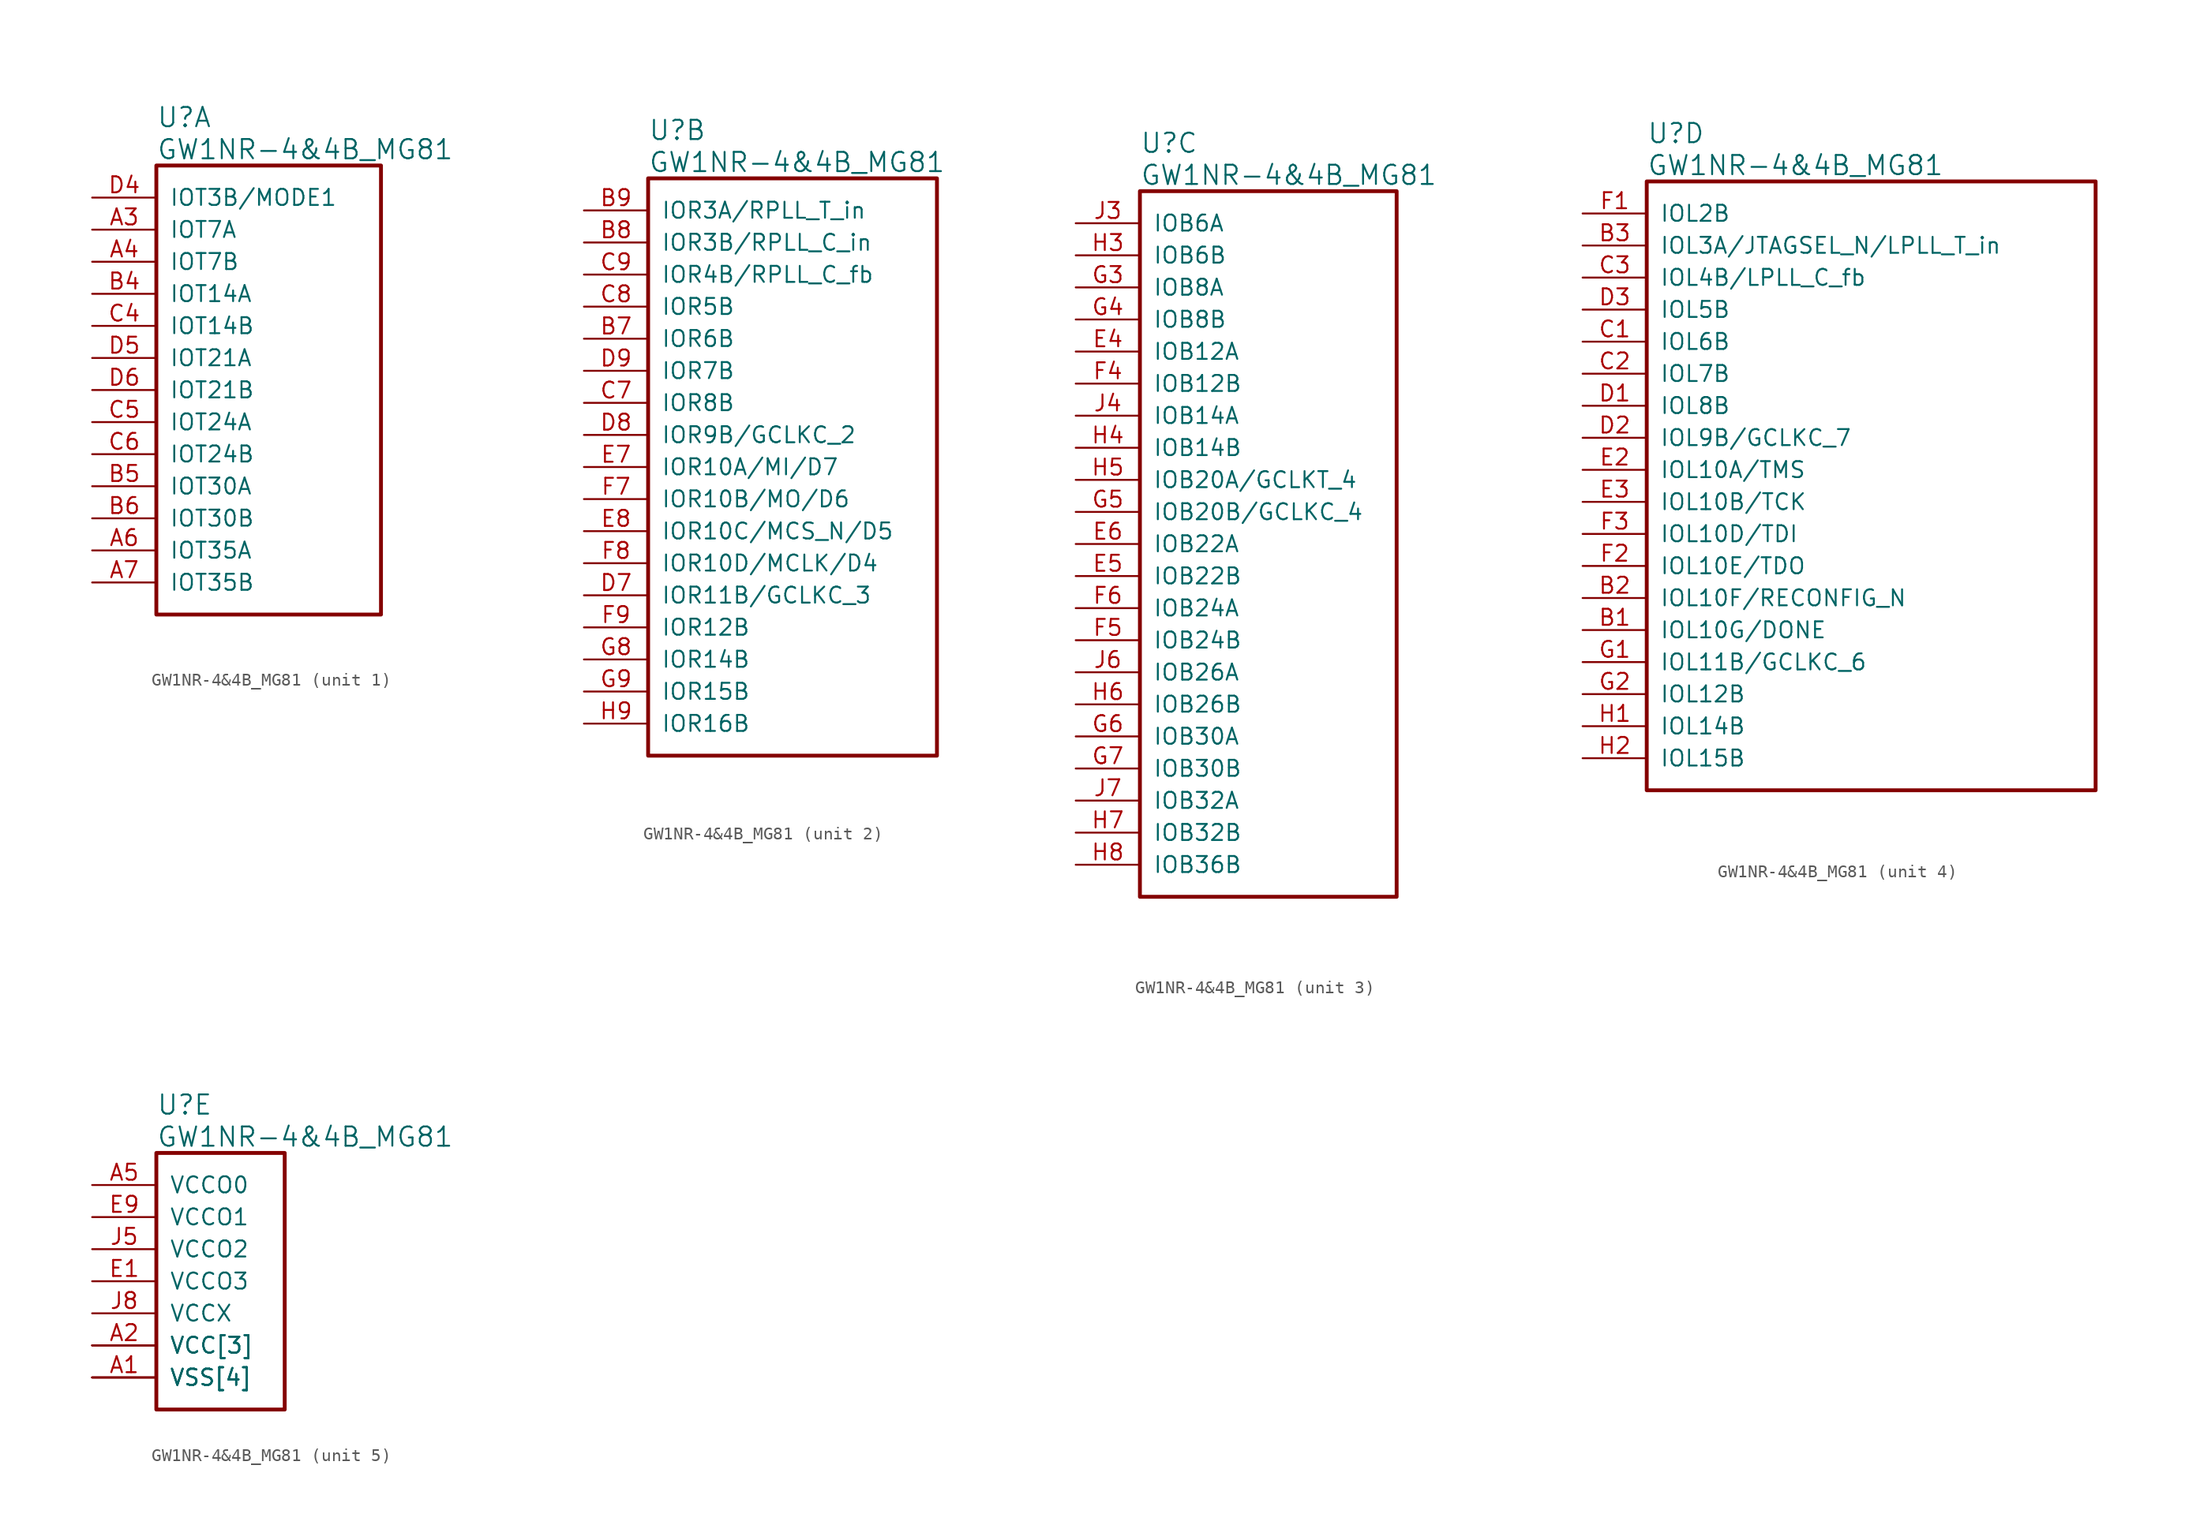
<source format=kicad_sym>
(kicad_symbol_lib
  (version 20211014)
  (generator kicad_symbol_editor)
  (symbol "GW1NR-4&4B_MG81"
    (pin_names
      (offset 1.016))
    (property "Reference" "U"
      (at 5.08 6.35 0)
      (effects (font (size 1.524 1.524)) (justify left)))
    (property "Value" "GW1NR-4&4B_MG81"
      (at 5.08 3.81 0)
      (effects (font (size 1.524 1.524)) (justify left)))
    (property "ki_locked" ""
      (at 0 0 0)
      (effects (font (size 1.27 1.27))))
    (symbol "GW1NR-4&4B_MG81_1_1"
      (rectangle (start 5.08 2.54) (end 22.86 -33.02) (stroke (width 0.305) (type default) (color 0 0 0 0)) (fill (type none)))
      (pin bidirectional line (at 0 -2.54 0) (length 5.08) (name "IOT7A" (effects (font (size 1.27 1.27)))) (number "A3" (effects (font (size 1.27 1.27)))))
      (pin bidirectional line (at 0 -5.08 0) (length 5.08) (name "IOT7B" (effects (font (size 1.27 1.27)))) (number "A4" (effects (font (size 1.27 1.27)))))
      (pin bidirectional line (at 0 -27.94 0) (length 5.08) (name "IOT35A" (effects (font (size 1.27 1.27)))) (number "A6" (effects (font (size 1.27 1.27)))))
      (pin bidirectional line (at 0 -30.48 0) (length 5.08) (name "IOT35B" (effects (font (size 1.27 1.27)))) (number "A7" (effects (font (size 1.27 1.27)))))
      (pin bidirectional line (at 0 -7.62 0) (length 5.08) (name "IOT14A" (effects (font (size 1.27 1.27)))) (number "B4" (effects (font (size 1.27 1.27)))))
      (pin bidirectional line (at 0 -22.86 0) (length 5.08) (name "IOT30A" (effects (font (size 1.27 1.27)))) (number "B5" (effects (font (size 1.27 1.27)))))
      (pin bidirectional line (at 0 -25.4 0) (length 5.08) (name "IOT30B" (effects (font (size 1.27 1.27)))) (number "B6" (effects (font (size 1.27 1.27)))))
      (pin bidirectional line (at 0 -10.16 0) (length 5.08) (name "IOT14B" (effects (font (size 1.27 1.27)))) (number "C4" (effects (font (size 1.27 1.27)))))
      (pin bidirectional line (at 0 -17.78 0) (length 5.08) (name "IOT24A" (effects (font (size 1.27 1.27)))) (number "C5" (effects (font (size 1.27 1.27)))))
      (pin bidirectional line (at 0 -20.32 0) (length 5.08) (name "IOT24B" (effects (font (size 1.27 1.27)))) (number "C6" (effects (font (size 1.27 1.27)))))
      (pin bidirectional line (at 0 0 0) (length 5.08) (name "IOT3B/MODE1" (effects (font (size 1.27 1.27)))) (number "D4" (effects (font (size 1.27 1.27)))))
      (pin bidirectional line (at 0 -12.7 0) (length 5.08) (name "IOT21A" (effects (font (size 1.27 1.27)))) (number "D5" (effects (font (size 1.27 1.27)))))
      (pin bidirectional line (at 0 -15.24 0) (length 5.08) (name "IOT21B" (effects (font (size 1.27 1.27)))) (number "D6" (effects (font (size 1.27 1.27))))))
    (symbol "GW1NR-4&4B_MG81_2_1"
      (rectangle (start 5.08 2.54) (end 27.94 -43.18) (stroke (width 0.305) (type default) (color 0 0 0 0)) (fill (type none)))
      (pin bidirectional line (at 0 -10.16 0) (length 5.08) (name "IOR6B" (effects (font (size 1.27 1.27)))) (number "B7" (effects (font (size 1.27 1.27)))))
      (pin bidirectional line (at 0 -2.54 0) (length 5.08) (name "IOR3B/RPLL_C_in" (effects (font (size 1.27 1.27)))) (number "B8" (effects (font (size 1.27 1.27)))))
      (pin bidirectional line (at 0 0 0) (length 5.08) (name "IOR3A/RPLL_T_in" (effects (font (size 1.27 1.27)))) (number "B9" (effects (font (size 1.27 1.27)))))
      (pin bidirectional line (at 0 -15.24 0) (length 5.08) (name "IOR8B" (effects (font (size 1.27 1.27)))) (number "C7" (effects (font (size 1.27 1.27)))))
      (pin bidirectional line (at 0 -7.62 0) (length 5.08) (name "IOR5B" (effects (font (size 1.27 1.27)))) (number "C8" (effects (font (size 1.27 1.27)))))
      (pin bidirectional line (at 0 -5.08 0) (length 5.08) (name "IOR4B/RPLL_C_fb" (effects (font (size 1.27 1.27)))) (number "C9" (effects (font (size 1.27 1.27)))))
      (pin bidirectional line (at 0 -30.48 0) (length 5.08) (name "IOR11B/GCLKC_3" (effects (font (size 1.27 1.27)))) (number "D7" (effects (font (size 1.27 1.27)))))
      (pin bidirectional line (at 0 -17.78 0) (length 5.08) (name "IOR9B/GCLKC_2" (effects (font (size 1.27 1.27)))) (number "D8" (effects (font (size 1.27 1.27)))))
      (pin bidirectional line (at 0 -12.7 0) (length 5.08) (name "IOR7B" (effects (font (size 1.27 1.27)))) (number "D9" (effects (font (size 1.27 1.27)))))
      (pin bidirectional line (at 0 -20.32 0) (length 5.08) (name "IOR10A/MI/D7" (effects (font (size 1.27 1.27)))) (number "E7" (effects (font (size 1.27 1.27)))))
      (pin bidirectional line (at 0 -25.4 0) (length 5.08) (name "IOR10C/MCS_N/D5" (effects (font (size 1.27 1.27)))) (number "E8" (effects (font (size 1.27 1.27)))))
      (pin bidirectional line (at 0 -22.86 0) (length 5.08) (name "IOR10B/MO/D6" (effects (font (size 1.27 1.27)))) (number "F7" (effects (font (size 1.27 1.27)))))
      (pin bidirectional line (at 0 -27.94 0) (length 5.08) (name "IOR10D/MCLK/D4" (effects (font (size 1.27 1.27)))) (number "F8" (effects (font (size 1.27 1.27)))))
      (pin bidirectional line (at 0 -33.02 0) (length 5.08) (name "IOR12B" (effects (font (size 1.27 1.27)))) (number "F9" (effects (font (size 1.27 1.27)))))
      (pin bidirectional line (at 0 -35.56 0) (length 5.08) (name "IOR14B" (effects (font (size 1.27 1.27)))) (number "G8" (effects (font (size 1.27 1.27)))))
      (pin bidirectional line (at 0 -38.1 0) (length 5.08) (name "IOR15B" (effects (font (size 1.27 1.27)))) (number "G9" (effects (font (size 1.27 1.27)))))
      (pin bidirectional line (at 0 -40.64 0) (length 5.08) (name "IOR16B" (effects (font (size 1.27 1.27)))) (number "H9" (effects (font (size 1.27 1.27))))))
    (symbol "GW1NR-4&4B_MG81_3_1"
      (rectangle (start 5.08 2.54) (end 25.4 -53.34) (stroke (width 0.305) (type default) (color 0 0 0 0)) (fill (type none)))
      (pin bidirectional line (at 0 -10.16 0) (length 5.08) (name "IOB12A" (effects (font (size 1.27 1.27)))) (number "E4" (effects (font (size 1.27 1.27)))))
      (pin bidirectional line (at 0 -27.94 0) (length 5.08) (name "IOB22B" (effects (font (size 1.27 1.27)))) (number "E5" (effects (font (size 1.27 1.27)))))
      (pin bidirectional line (at 0 -25.4 0) (length 5.08) (name "IOB22A" (effects (font (size 1.27 1.27)))) (number "E6" (effects (font (size 1.27 1.27)))))
      (pin bidirectional line (at 0 -12.7 0) (length 5.08) (name "IOB12B" (effects (font (size 1.27 1.27)))) (number "F4" (effects (font (size 1.27 1.27)))))
      (pin bidirectional line (at 0 -33.02 0) (length 5.08) (name "IOB24B" (effects (font (size 1.27 1.27)))) (number "F5" (effects (font (size 1.27 1.27)))))
      (pin bidirectional line (at 0 -30.48 0) (length 5.08) (name "IOB24A" (effects (font (size 1.27 1.27)))) (number "F6" (effects (font (size 1.27 1.27)))))
      (pin bidirectional line (at 0 -5.08 0) (length 5.08) (name "IOB8A" (effects (font (size 1.27 1.27)))) (number "G3" (effects (font (size 1.27 1.27)))))
      (pin bidirectional line (at 0 -7.62 0) (length 5.08) (name "IOB8B" (effects (font (size 1.27 1.27)))) (number "G4" (effects (font (size 1.27 1.27)))))
      (pin bidirectional line (at 0 -22.86 0) (length 5.08) (name "IOB20B/GCLKC_4" (effects (font (size 1.27 1.27)))) (number "G5" (effects (font (size 1.27 1.27)))))
      (pin bidirectional line (at 0 -40.64 0) (length 5.08) (name "IOB30A" (effects (font (size 1.27 1.27)))) (number "G6" (effects (font (size 1.27 1.27)))))
      (pin bidirectional line (at 0 -43.18 0) (length 5.08) (name "IOB30B" (effects (font (size 1.27 1.27)))) (number "G7" (effects (font (size 1.27 1.27)))))
      (pin bidirectional line (at 0 -2.54 0) (length 5.08) (name "IOB6B" (effects (font (size 1.27 1.27)))) (number "H3" (effects (font (size 1.27 1.27)))))
      (pin bidirectional line (at 0 -17.78 0) (length 5.08) (name "IOB14B" (effects (font (size 1.27 1.27)))) (number "H4" (effects (font (size 1.27 1.27)))))
      (pin bidirectional line (at 0 -20.32 0) (length 5.08) (name "IOB20A/GCLKT_4" (effects (font (size 1.27 1.27)))) (number "H5" (effects (font (size 1.27 1.27)))))
      (pin bidirectional line (at 0 -38.1 0) (length 5.08) (name "IOB26B" (effects (font (size 1.27 1.27)))) (number "H6" (effects (font (size 1.27 1.27)))))
      (pin bidirectional line (at 0 -48.26 0) (length 5.08) (name "IOB32B" (effects (font (size 1.27 1.27)))) (number "H7" (effects (font (size 1.27 1.27)))))
      (pin bidirectional line (at 0 -50.8 0) (length 5.08) (name "IOB36B" (effects (font (size 1.27 1.27)))) (number "H8" (effects (font (size 1.27 1.27)))))
      (pin bidirectional line (at 0 0 0) (length 5.08) (name "IOB6A" (effects (font (size 1.27 1.27)))) (number "J3" (effects (font (size 1.27 1.27)))))
      (pin bidirectional line (at 0 -15.24 0) (length 5.08) (name "IOB14A" (effects (font (size 1.27 1.27)))) (number "J4" (effects (font (size 1.27 1.27)))))
      (pin bidirectional line (at 0 -35.56 0) (length 5.08) (name "IOB26A" (effects (font (size 1.27 1.27)))) (number "J6" (effects (font (size 1.27 1.27)))))
      (pin bidirectional line (at 0 -45.72 0) (length 5.08) (name "IOB32A" (effects (font (size 1.27 1.27)))) (number "J7" (effects (font (size 1.27 1.27))))))
    (symbol "GW1NR-4&4B_MG81_4_1"
      (rectangle (start 5.08 2.54) (end 40.64 -45.72) (stroke (width 0.305) (type default) (color 0 0 0 0)) (fill (type none)))
      (pin bidirectional line (at 0 -33.02 0) (length 5.08) (name "IOL10G/DONE" (effects (font (size 1.27 1.27)))) (number "B1" (effects (font (size 1.27 1.27)))))
      (pin bidirectional line (at 0 -30.48 0) (length 5.08) (name "IOL10F/RECONFIG_N" (effects (font (size 1.27 1.27)))) (number "B2" (effects (font (size 1.27 1.27)))))
      (pin bidirectional line (at 0 -2.54 0) (length 5.08) (name "IOL3A/JTAGSEL_N/LPLL_T_in" (effects (font (size 1.27 1.27)))) (number "B3" (effects (font (size 1.27 1.27)))))
      (pin bidirectional line (at 0 -10.16 0) (length 5.08) (name "IOL6B" (effects (font (size 1.27 1.27)))) (number "C1" (effects (font (size 1.27 1.27)))))
      (pin bidirectional line (at 0 -12.7 0) (length 5.08) (name "IOL7B" (effects (font (size 1.27 1.27)))) (number "C2" (effects (font (size 1.27 1.27)))))
      (pin bidirectional line (at 0 -5.08 0) (length 5.08) (name "IOL4B/LPLL_C_fb" (effects (font (size 1.27 1.27)))) (number "C3" (effects (font (size 1.27 1.27)))))
      (pin bidirectional line (at 0 -15.24 0) (length 5.08) (name "IOL8B" (effects (font (size 1.27 1.27)))) (number "D1" (effects (font (size 1.27 1.27)))))
      (pin bidirectional line (at 0 -17.78 0) (length 5.08) (name "IOL9B/GCLKC_7" (effects (font (size 1.27 1.27)))) (number "D2" (effects (font (size 1.27 1.27)))))
      (pin bidirectional line (at 0 -7.62 0) (length 5.08) (name "IOL5B" (effects (font (size 1.27 1.27)))) (number "D3" (effects (font (size 1.27 1.27)))))
      (pin bidirectional line (at 0 -20.32 0) (length 5.08) (name "IOL10A/TMS" (effects (font (size 1.27 1.27)))) (number "E2" (effects (font (size 1.27 1.27)))))
      (pin bidirectional line (at 0 -22.86 0) (length 5.08) (name "IOL10B/TCK" (effects (font (size 1.27 1.27)))) (number "E3" (effects (font (size 1.27 1.27)))))
      (pin bidirectional line (at 0 0 0) (length 5.08) (name "IOL2B" (effects (font (size 1.27 1.27)))) (number "F1" (effects (font (size 1.27 1.27)))))
      (pin bidirectional line (at 0 -27.94 0) (length 5.08) (name "IOL10E/TDO" (effects (font (size 1.27 1.27)))) (number "F2" (effects (font (size 1.27 1.27)))))
      (pin bidirectional line (at 0 -25.4 0) (length 5.08) (name "IOL10D/TDI" (effects (font (size 1.27 1.27)))) (number "F3" (effects (font (size 1.27 1.27)))))
      (pin bidirectional line (at 0 -35.56 0) (length 5.08) (name "IOL11B/GCLKC_6" (effects (font (size 1.27 1.27)))) (number "G1" (effects (font (size 1.27 1.27)))))
      (pin bidirectional line (at 0 -38.1 0) (length 5.08) (name "IOL12B" (effects (font (size 1.27 1.27)))) (number "G2" (effects (font (size 1.27 1.27)))))
      (pin bidirectional line (at 0 -40.64 0) (length 5.08) (name "IOL14B" (effects (font (size 1.27 1.27)))) (number "H1" (effects (font (size 1.27 1.27)))))
      (pin bidirectional line (at 0 -43.18 0) (length 5.08) (name "IOL15B" (effects (font (size 1.27 1.27)))) (number "H2" (effects (font (size 1.27 1.27))))))
    (symbol "GW1NR-4&4B_MG81_5_1"
      (rectangle (start 5.08 2.54) (end 15.24 -17.78) (stroke (width 0.305) (type default) (color 0 0 0 0)) (fill (type none)))
      (pin power_in line (at 0 -15.24 0) (length 5.08) (name "VSS[4]" (effects (font (size 1.27 1.27)))) (number "A1" (effects (font (size 1.27 1.27)))))
      (pin power_in line (at 0 -12.7 0) (length 5.08) (name "VCC[3]" (effects (font (size 1.27 1.27)))) (number "A2" (effects (font (size 1.27 1.27)))))
      (pin power_in line (at 0 0 0) (length 5.08) (name "VCCO0" (effects (font (size 1.27 1.27)))) (number "A5" (effects (font (size 1.27 1.27)))))
      (pin power_in line (at 0 -12.7 0) (length 5.08) (name "VCC[3]" (effects (font (size 1.27 1.27)))) (number "A8" (effects (font (size 0 0)))))
      (pin power_in line (at 0 -15.24 0) (length 5.08) (name "VSS[4]" (effects (font (size 1.27 1.27)))) (number "A9" (effects (font (size 0 0)))))
      (pin power_in line (at 0 -7.62 0) (length 5.08) (name "VCCO3" (effects (font (size 1.27 1.27)))) (number "E1" (effects (font (size 1.27 1.27)))))
      (pin power_in line (at 0 -2.54 0) (length 5.08) (name "VCCO1" (effects (font (size 1.27 1.27)))) (number "E9" (effects (font (size 1.27 1.27)))))
      (pin power_in line (at 0 -15.24 0) (length 5.08) (name "VSS[4]" (effects (font (size 1.27 1.27)))) (number "J1" (effects (font (size 0 0)))))
      (pin power_in line (at 0 -12.7 0) (length 5.08) (name "VCC[3]" (effects (font (size 1.27 1.27)))) (number "J2" (effects (font (size 0 0)))))
      (pin power_in line (at 0 -5.08 0) (length 5.08) (name "VCCO2" (effects (font (size 1.27 1.27)))) (number "J5" (effects (font (size 1.27 1.27)))))
      (pin power_in line (at 0 -10.16 0) (length 5.08) (name "VCCX" (effects (font (size 1.27 1.27)))) (number "J8" (effects (font (size 1.27 1.27)))))
      (pin power_in line (at 0 -15.24 0) (length 5.08) (name "VSS[4]" (effects (font (size 1.27 1.27)))) (number "J9" (effects (font (size 0 0))))))))
</source>
